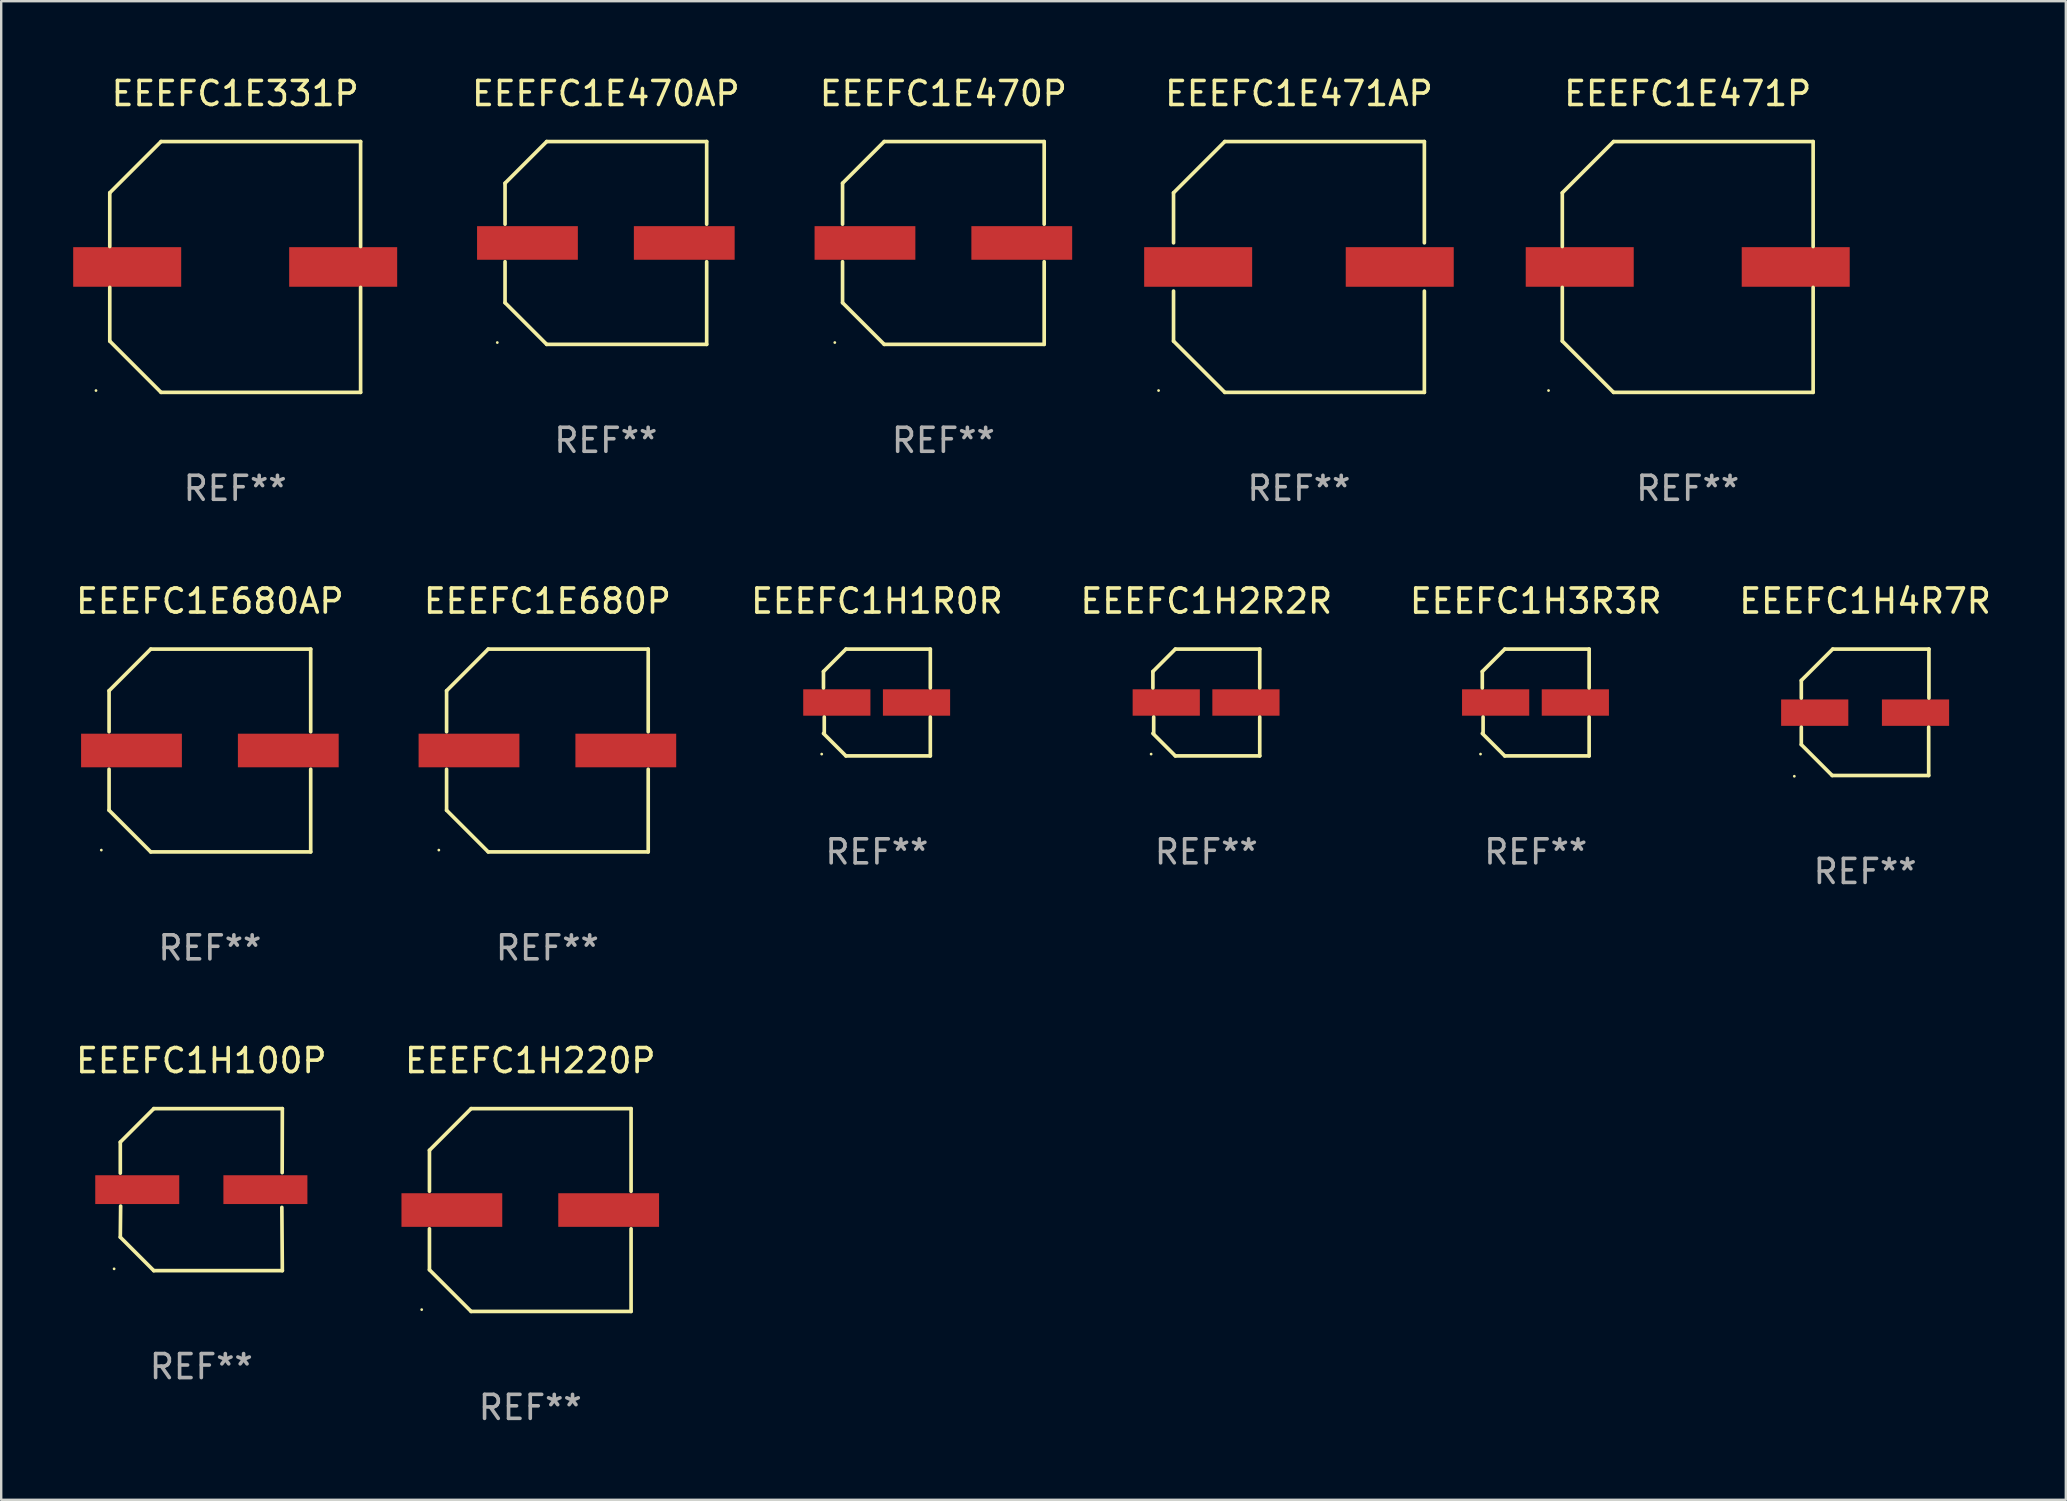
<source format=kicad_pcb>
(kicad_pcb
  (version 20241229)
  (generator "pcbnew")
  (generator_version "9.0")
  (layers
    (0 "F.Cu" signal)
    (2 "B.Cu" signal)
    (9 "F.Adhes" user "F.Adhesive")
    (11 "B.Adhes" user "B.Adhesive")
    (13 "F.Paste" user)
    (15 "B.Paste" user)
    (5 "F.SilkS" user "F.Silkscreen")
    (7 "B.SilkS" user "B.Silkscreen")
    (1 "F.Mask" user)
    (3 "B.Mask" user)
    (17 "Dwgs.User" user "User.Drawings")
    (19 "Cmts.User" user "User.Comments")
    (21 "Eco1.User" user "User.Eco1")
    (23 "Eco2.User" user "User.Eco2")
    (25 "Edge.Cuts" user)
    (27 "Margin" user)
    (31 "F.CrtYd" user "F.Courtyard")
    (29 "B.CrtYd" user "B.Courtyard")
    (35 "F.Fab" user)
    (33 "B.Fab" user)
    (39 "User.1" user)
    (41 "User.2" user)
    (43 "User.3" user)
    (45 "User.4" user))
  (footprint "EEEFC1E680AP"
    (layer "F.Cu")
    (at 5.696 28.223)
    (property "Reference" "EEEFC1E680AP" (at 0 -6.226 0) (layer "F.SilkS") (effects (font (size 1 1) (thickness 0.15))))
    (attr through_hole)
    (fp_line (start -4.201 -2.49) (end -4.201 -0.782) (stroke (width 0.152) (type solid)) (layer "F.SilkS"))
    (fp_line (start -4.201 2.49) (end -4.201 0.782) (stroke (width 0.152) (type solid)) (layer "F.SilkS"))
    (fp_line (start -2.465 -4.226) (end -4.201 -2.49) (stroke (width 0.152) (type solid)) (layer "F.SilkS"))
    (fp_line (start -2.465 4.226) (end -4.201 2.49) (stroke (width 0.152) (type solid)) (layer "F.SilkS"))
    (fp_line (start 4.201 -4.226) (end -2.465 -4.226) (stroke (width 0.152) (type solid)) (layer "F.SilkS"))
    (fp_line (start 4.201 -0.782) (end 4.201 -4.226) (stroke (width 0.152) (type solid)) (layer "F.SilkS"))
    (fp_line (start 4.201 0.782) (end 4.201 4.226) (stroke (width 0.152) (type solid)) (layer "F.SilkS"))
    (fp_line (start 4.201 4.226) (end -2.465 4.226) (stroke (width 0.152) (type solid)) (layer "F.SilkS"))
    (fp_circle (center -4.524 4.15) (end -4.494 4.15) (stroke (width 0.06) (type solid)) (fill no) (layer "F.SilkS"))
    (fp_text user "REF**" (at 0 8.226 0) (layer "F.Fab") (effects (font (size 1 1) (thickness 0.15))))
    (pad "1" smd rect (at -3.267 0) (size 4.2 1.4) (layers "F.Cu" "F.Mask" "F.Paste"))
    (pad "2" smd rect (at 3.267 0) (size 4.2 1.4) (layers "F.Cu" "F.Mask" "F.Paste")))
  (footprint "EEEFC1H1R0R"
    (layer "F.Cu")
    (at 33.49 26.223)
    (property "Reference" "EEEFC1H1R0R" (at 0 -4.226 0) (layer "F.SilkS") (effects (font (size 1 1) (thickness 0.15))))
    (attr through_hole)
    (fp_line (start -2.226 -1.29) (end -2.226 -0.607) (stroke (width 0.152) (type solid)) (layer "F.SilkS"))
    (fp_line (start -2.193 1.29) (end -2.193 0.607) (stroke (width 0.152) (type solid)) (layer "F.SilkS"))
    (fp_line (start -1.29 2.226) (end -2.226 1.29) (stroke (width 0.152) (type solid)) (layer "F.SilkS"))
    (fp_line (start -1.29 -2.226) (end -2.226 -1.29) (stroke (width 0.152) (type solid)) (layer "F.SilkS"))
    (fp_line (start 2.226 -2.226) (end -1.29 -2.226) (stroke (width 0.152) (type solid)) (layer "F.SilkS"))
    (fp_line (start 2.226 -0.607) (end 2.226 -2.226) (stroke (width 0.152) (type solid)) (layer "F.SilkS"))
    (fp_line (start 2.226 0.607) (end 2.226 2.226) (stroke (width 0.152) (type solid)) (layer "F.SilkS"))
    (fp_line (start 2.226 2.226) (end -1.29 2.226) (stroke (width 0.152) (type solid)) (layer "F.SilkS"))
    (fp_circle (center -2.3 2.15) (end -2.27 2.15) (stroke (width 0.06) (type solid)) (fill no) (layer "F.SilkS"))
    (fp_text user "REF**" (at 0 6.226 0) (layer "F.Fab") (effects (font (size 1 1) (thickness 0.15))))
    (pad "1" smd rect (at -1.67 -0.000025) (size 2.8 1.1) (layers "F.Cu" "F.Mask" "F.Paste"))
    (pad "2" smd rect (at 1.651 -0.000025) (size 2.8 1.1) (layers "F.Cu" "F.Mask" "F.Paste")))
  (footprint "EEEFC1E470P"
    (layer "F.Cu")
    (at 36.26 7.074)
    (property "Reference" "EEEFC1E470P" (at 0 -6.226 0) (layer "F.SilkS") (effects (font (size 1 1) (thickness 0.15))))
    (attr through_hole)
    (fp_line (start -4.201 -2.49) (end -4.201 -0.782) (stroke (width 0.152) (type solid)) (layer "F.SilkS"))
    (fp_line (start -4.201 2.49) (end -4.201 0.782) (stroke (width 0.152) (type solid)) (layer "F.SilkS"))
    (fp_line (start -2.465 -4.226) (end -4.201 -2.49) (stroke (width 0.152) (type solid)) (layer "F.SilkS"))
    (fp_line (start -2.465 4.226) (end -4.201 2.49) (stroke (width 0.152) (type solid)) (layer "F.SilkS"))
    (fp_line (start 4.201 -4.226) (end -2.465 -4.226) (stroke (width 0.152) (type solid)) (layer "F.SilkS"))
    (fp_line (start 4.201 -0.782) (end 4.201 -4.226) (stroke (width 0.152) (type solid)) (layer "F.SilkS"))
    (fp_line (start 4.201 0.782) (end 4.201 4.226) (stroke (width 0.152) (type solid)) (layer "F.SilkS"))
    (fp_line (start 4.201 4.226) (end -2.465 4.226) (stroke (width 0.152) (type solid)) (layer "F.SilkS"))
    (fp_circle (center -4.524 4.15) (end -4.494 4.15) (stroke (width 0.06) (type solid)) (fill no) (layer "F.SilkS"))
    (fp_text user "REF**" (at 0 8.226 0) (layer "F.Fab") (effects (font (size 1 1) (thickness 0.15))))
    (pad "1" smd rect (at -3.267 0) (size 4.2 1.4) (layers "F.Cu" "F.Mask" "F.Paste"))
    (pad "2" smd rect (at 3.267 0) (size 4.2 1.4) (layers "F.Cu" "F.Mask" "F.Paste")))
  (footprint "EEEFC1H100P"
    (layer "F.Cu")
    (at 5.339 46.522)
    (property "Reference" "EEEFC1H100P" (at 0 -5.376 0) (layer "F.SilkS") (effects (font (size 1 1) (thickness 0.15))))
    (attr through_hole)
    (fp_line (start -3.376 -1.98) (end -3.376 -0.686) (stroke (width 0.152) (type solid)) (layer "F.SilkS"))
    (fp_line (start -3.376 1.981) (end -3.362 0.686) (stroke (width 0.152) (type solid)) (layer "F.SilkS"))
    (fp_line (start -1.981 3.376) (end -3.376 1.981) (stroke (width 0.152) (type solid)) (layer "F.SilkS"))
    (fp_line (start -1.98 -3.376) (end -3.376 -1.98) (stroke (width 0.152) (type solid)) (layer "F.SilkS"))
    (fp_line (start 3.356 0.74) (end 3.376 3.376) (stroke (width 0.152) (type solid)) (layer "F.SilkS"))
    (fp_line (start 3.369 -0.707) (end 3.376 -3.376) (stroke (width 0.152) (type solid)) (layer "F.SilkS"))
    (fp_line (start 3.376 3.376) (end -1.981 3.376) (stroke (width 0.152) (type solid)) (layer "F.SilkS"))
    (fp_line (start 3.376 -3.376) (end -1.98 -3.376) (stroke (width 0.152) (type solid)) (layer "F.SilkS"))
    (fp_circle (center -3.634 3.3) (end -3.604 3.3) (stroke (width 0.06) (type solid)) (fill no) (layer "F.SilkS"))
    (fp_text user "REF**" (at 0 7.376 0) (layer "F.Fab") (effects (font (size 1 1) (thickness 0.15))))
    (pad "1" smd rect (at -2.67 0.000254) (size 3.5 1.2) (layers "F.Cu" "F.Mask" "F.Paste"))
    (pad "2" smd rect (at 2.67 0.000254) (size 3.5 1.2) (layers "F.Cu" "F.Mask" "F.Paste")))
  (footprint "EEEFC1H4R7R"
    (layer "F.Cu")
    (at 74.669 26.631)
    (property "Reference" "EEEFC1H4R7R" (at 0 -4.634 0) (layer "F.SilkS") (effects (font (size 1 1) (thickness 0.15))))
    (attr through_hole)
    (fp_line (start -2.659 -1.326) (end -2.659 -0.592) (stroke (width 0.152) (type solid)) (layer "F.SilkS"))
    (fp_line (start -2.659 1.346) (end -2.659 0.622) (stroke (width 0.152) (type solid)) (layer "F.SilkS"))
    (fp_line (start -1.372 2.634) (end -2.659 1.346) (stroke (width 0.152) (type solid)) (layer "F.SilkS"))
    (fp_line (start -1.349 -2.634) (end -2.659 -1.326) (stroke (width 0.152) (type solid)) (layer "F.SilkS"))
    (fp_line (start 2.649 0.622) (end 2.649 2.634) (stroke (width 0.152) (type solid)) (layer "F.SilkS"))
    (fp_line (start 2.649 2.634) (end -1.372 2.634) (stroke (width 0.152) (type solid)) (layer "F.SilkS"))
    (fp_line (start 2.659 -2.634) (end -1.349 -2.634) (stroke (width 0.152) (type solid)) (layer "F.SilkS"))
    (fp_line (start 2.659 -0.592) (end 2.659 -2.634) (stroke (width 0.152) (type solid)) (layer "F.SilkS"))
    (fp_circle (center -2.95 2.665) (end -2.92 2.665) (stroke (width 0.06) (type solid)) (fill no) (layer "F.SilkS"))
    (fp_text user "REF**" (at 0 6.634 0) (layer "F.Fab") (effects (font (size 1 1) (thickness 0.15))))
    (pad "1" smd rect (at -2.1 0.015) (size 2.8 1.1) (layers "F.Cu" "F.Mask" "F.Paste"))
    (pad "2" smd rect (at 2.1 0.015) (size 2.8 1.1) (layers "F.Cu" "F.Mask" "F.Paste")))
  (footprint "EEEFC1H2R2R"
    (layer "F.Cu")
    (at 47.217 26.223)
    (property "Reference" "EEEFC1H2R2R" (at 0 -4.226 0) (layer "F.SilkS") (effects (font (size 1 1) (thickness 0.15))))
    (attr through_hole)
    (fp_line (start -2.226 -1.29) (end -2.226 -0.607) (stroke (width 0.152) (type solid)) (layer "F.SilkS"))
    (fp_line (start -2.193 1.29) (end -2.193 0.607) (stroke (width 0.152) (type solid)) (layer "F.SilkS"))
    (fp_line (start -1.29 2.226) (end -2.226 1.29) (stroke (width 0.152) (type solid)) (layer "F.SilkS"))
    (fp_line (start -1.29 -2.226) (end -2.226 -1.29) (stroke (width 0.152) (type solid)) (layer "F.SilkS"))
    (fp_line (start 2.226 -2.226) (end -1.29 -2.226) (stroke (width 0.152) (type solid)) (layer "F.SilkS"))
    (fp_line (start 2.226 -0.607) (end 2.226 -2.226) (stroke (width 0.152) (type solid)) (layer "F.SilkS"))
    (fp_line (start 2.226 0.607) (end 2.226 2.226) (stroke (width 0.152) (type solid)) (layer "F.SilkS"))
    (fp_line (start 2.226 2.226) (end -1.29 2.226) (stroke (width 0.152) (type solid)) (layer "F.SilkS"))
    (fp_circle (center -2.3 2.15) (end -2.27 2.15) (stroke (width 0.06) (type solid)) (fill no) (layer "F.SilkS"))
    (fp_text user "REF**" (at 0 6.226 0) (layer "F.Fab") (effects (font (size 1 1) (thickness 0.15))))
    (pad "1" smd rect (at -1.67 -0.000025) (size 2.8 1.1) (layers "F.Cu" "F.Mask" "F.Paste"))
    (pad "2" smd rect (at 1.651 -0.000025) (size 2.8 1.1) (layers "F.Cu" "F.Mask" "F.Paste")))
  (footprint "EEEFC1E471P"
    (layer "F.Cu")
    (at 67.277 8.074)
    (property "Reference" "EEEFC1E471P" (at 0 -7.226 0) (layer "F.SilkS") (effects (font (size 1 1) (thickness 0.15))))
    (attr through_hole)
    (fp_line (start -5.226 -3.09) (end -5.226 -0.852) (stroke (width 0.152) (type solid)) (layer "F.SilkS"))
    (fp_line (start -5.226 3.09) (end -5.226 0.852) (stroke (width 0.152) (type solid)) (layer "F.SilkS"))
    (fp_line (start -3.09 -5.226) (end -5.226 -3.09) (stroke (width 0.152) (type solid)) (layer "F.SilkS"))
    (fp_line (start -3.09 5.226) (end -5.226 3.09) (stroke (width 0.152) (type solid)) (layer "F.SilkS"))
    (fp_line (start 5.226 -5.226) (end -3.09 -5.226) (stroke (width 0.152) (type solid)) (layer "F.SilkS"))
    (fp_line (start 5.226 -0.852) (end 5.226 -5.226) (stroke (width 0.152) (type solid)) (layer "F.SilkS"))
    (fp_line (start 5.226 0.852) (end 5.226 5.226) (stroke (width 0.152) (type solid)) (layer "F.SilkS"))
    (fp_line (start 5.226 5.226) (end -3.09 5.226) (stroke (width 0.152) (type solid)) (layer "F.SilkS"))
    (fp_circle (center -5.8 5.15) (end -5.77 5.15) (stroke (width 0.06) (type solid)) (fill no) (layer "F.SilkS"))
    (fp_text user "REF**" (at 0 9.226 0) (layer "F.Fab") (effects (font (size 1 1) (thickness 0.15))))
    (pad "1" smd rect (at -4.5 0) (size 4.5 1.65) (layers "F.Cu" "F.Mask" "F.Paste"))
    (pad "2" smd rect (at 4.5 0) (size 4.5 1.65) (layers "F.Cu" "F.Mask" "F.Paste")))
  (footprint "EEEFC1H3R3R"
    (layer "F.Cu")
    (at 60.943 26.223)
    (property "Reference" "EEEFC1H3R3R" (at 0 -4.226 0) (layer "F.SilkS") (effects (font (size 1 1) (thickness 0.15))))
    (attr through_hole)
    (fp_line (start -2.226 -1.29) (end -2.226 -0.607) (stroke (width 0.152) (type solid)) (layer "F.SilkS"))
    (fp_line (start -2.193 1.29) (end -2.193 0.607) (stroke (width 0.152) (type solid)) (layer "F.SilkS"))
    (fp_line (start -1.29 2.226) (end -2.226 1.29) (stroke (width 0.152) (type solid)) (layer "F.SilkS"))
    (fp_line (start -1.29 -2.226) (end -2.226 -1.29) (stroke (width 0.152) (type solid)) (layer "F.SilkS"))
    (fp_line (start 2.226 -2.226) (end -1.29 -2.226) (stroke (width 0.152) (type solid)) (layer "F.SilkS"))
    (fp_line (start 2.226 -0.607) (end 2.226 -2.226) (stroke (width 0.152) (type solid)) (layer "F.SilkS"))
    (fp_line (start 2.226 0.607) (end 2.226 2.226) (stroke (width 0.152) (type solid)) (layer "F.SilkS"))
    (fp_line (start 2.226 2.226) (end -1.29 2.226) (stroke (width 0.152) (type solid)) (layer "F.SilkS"))
    (fp_circle (center -2.3 2.15) (end -2.27 2.15) (stroke (width 0.06) (type solid)) (fill no) (layer "F.SilkS"))
    (fp_text user "REF**" (at 0 6.226 0) (layer "F.Fab") (effects (font (size 1 1) (thickness 0.15))))
    (pad "1" smd rect (at -1.67 -0.000025) (size 2.8 1.1) (layers "F.Cu" "F.Mask" "F.Paste"))
    (pad "2" smd rect (at 1.651 -0.000025) (size 2.8 1.1) (layers "F.Cu" "F.Mask" "F.Paste")))
  (footprint "EEEFC1E331P"
    (layer "F.Cu")
    (at 6.75 8.074)
    (property "Reference" "EEEFC1E331P" (at 0 -7.226 0) (layer "F.SilkS") (effects (font (size 1 1) (thickness 0.15))))
    (attr through_hole)
    (fp_line (start -5.226 -3.09) (end -5.226 -0.852) (stroke (width 0.152) (type solid)) (layer "F.SilkS"))
    (fp_line (start -5.226 3.09) (end -5.226 0.852) (stroke (width 0.152) (type solid)) (layer "F.SilkS"))
    (fp_line (start -3.09 -5.226) (end -5.226 -3.09) (stroke (width 0.152) (type solid)) (layer "F.SilkS"))
    (fp_line (start -3.09 5.226) (end -5.226 3.09) (stroke (width 0.152) (type solid)) (layer "F.SilkS"))
    (fp_line (start 5.226 -5.226) (end -3.09 -5.226) (stroke (width 0.152) (type solid)) (layer "F.SilkS"))
    (fp_line (start 5.226 -0.852) (end 5.226 -5.226) (stroke (width 0.152) (type solid)) (layer "F.SilkS"))
    (fp_line (start 5.226 0.852) (end 5.226 5.226) (stroke (width 0.152) (type solid)) (layer "F.SilkS"))
    (fp_line (start 5.226 5.226) (end -3.09 5.226) (stroke (width 0.152) (type solid)) (layer "F.SilkS"))
    (fp_circle (center -5.8 5.15) (end -5.77 5.15) (stroke (width 0.06) (type solid)) (fill no) (layer "F.SilkS"))
    (fp_text user "REF**" (at 0 9.226 0) (layer "F.Fab") (effects (font (size 1 1) (thickness 0.15))))
    (pad "1" smd rect (at -4.5 0) (size 4.5 1.65) (layers "F.Cu" "F.Mask" "F.Paste"))
    (pad "2" smd rect (at 4.5 0) (size 4.5 1.65) (layers "F.Cu" "F.Mask" "F.Paste")))
  (footprint "EEEFC1E471AP"
    (layer "F.Cu")
    (at 51.077 8.074)
    (property "Reference" "EEEFC1E471AP" (at 0 -7.226 0) (layer "F.SilkS") (effects (font (size 1 1) (thickness 0.15))))
    (attr through_hole)
    (fp_line (start -5.226 -3.09) (end -5.226 -1.005) (stroke (width 0.152) (type solid)) (layer "F.SilkS"))
    (fp_line (start -5.226 1.005) (end -5.226 3.09) (stroke (width 0.152) (type solid)) (layer "F.SilkS"))
    (fp_line (start -3.09 -5.226) (end -5.226 -3.09) (stroke (width 0.152) (type solid)) (layer "F.SilkS"))
    (fp_line (start -3.09 5.226) (end -5.226 3.09) (stroke (width 0.152) (type solid)) (layer "F.SilkS"))
    (fp_line (start 5.226 -5.226) (end -3.09 -5.226) (stroke (width 0.152) (type solid)) (layer "F.SilkS"))
    (fp_line (start 5.226 -5.226) (end 5.226 -1.005) (stroke (width 0.152) (type solid)) (layer "F.SilkS"))
    (fp_line (start 5.226 1.005) (end 5.226 5.226) (stroke (width 0.152) (type solid)) (layer "F.SilkS"))
    (fp_line (start 5.226 5.226) (end -3.09 5.226) (stroke (width 0.152) (type solid)) (layer "F.SilkS"))
    (fp_circle (center -5.85 5.15) (end -5.82 5.15) (stroke (width 0.06) (type solid)) (fill no) (layer "F.SilkS"))
    (fp_text user "REF**" (at 0 9.226 0) (layer "F.Fab") (effects (font (size 1 1) (thickness 0.15))))
    (pad "1" smd rect (at -4.2 0.000292) (size 4.5 1.65) (layers "F.Cu" "F.Mask" "F.Paste"))
    (pad "2" smd rect (at 4.2 0.000292) (size 4.5 1.65) (layers "F.Cu" "F.Mask" "F.Paste")))
  (footprint "EEEFC1H220P"
    (layer "F.Cu")
    (at 19.046 47.372)
    (property "Reference" "EEEFC1H220P" (at 0 -6.226 0) (layer "F.SilkS") (effects (font (size 1 1) (thickness 0.15))))
    (attr through_hole)
    (fp_line (start -4.201 -2.49) (end -4.201 -0.782) (stroke (width 0.152) (type solid)) (layer "F.SilkS"))
    (fp_line (start -4.201 2.49) (end -4.201 0.782) (stroke (width 0.152) (type solid)) (layer "F.SilkS"))
    (fp_line (start -2.465 -4.226) (end -4.201 -2.49) (stroke (width 0.152) (type solid)) (layer "F.SilkS"))
    (fp_line (start -2.465 4.226) (end -4.201 2.49) (stroke (width 0.152) (type solid)) (layer "F.SilkS"))
    (fp_line (start 4.201 -4.226) (end -2.465 -4.226) (stroke (width 0.152) (type solid)) (layer "F.SilkS"))
    (fp_line (start 4.201 -0.782) (end 4.201 -4.226) (stroke (width 0.152) (type solid)) (layer "F.SilkS"))
    (fp_line (start 4.201 0.782) (end 4.201 4.226) (stroke (width 0.152) (type solid)) (layer "F.SilkS"))
    (fp_line (start 4.201 4.226) (end -2.465 4.226) (stroke (width 0.152) (type solid)) (layer "F.SilkS"))
    (fp_circle (center -4.524 4.15) (end -4.494 4.15) (stroke (width 0.06) (type solid)) (fill no) (layer "F.SilkS"))
    (fp_text user "REF**" (at 0 8.226 0) (layer "F.Fab") (effects (font (size 1 1) (thickness 0.15))))
    (pad "1" smd rect (at -3.267 0) (size 4.2 1.4) (layers "F.Cu" "F.Mask" "F.Paste"))
    (pad "2" smd rect (at 3.267 0) (size 4.2 1.4) (layers "F.Cu" "F.Mask" "F.Paste")))
  (footprint "EEEFC1E680P"
    (layer "F.Cu")
    (at 19.76 28.223)
    (property "Reference" "EEEFC1E680P" (at 0 -6.226 0) (layer "F.SilkS") (effects (font (size 1 1) (thickness 0.15))))
    (attr through_hole)
    (fp_line (start -4.201 -2.49) (end -4.201 -0.782) (stroke (width 0.152) (type solid)) (layer "F.SilkS"))
    (fp_line (start -4.201 2.49) (end -4.201 0.782) (stroke (width 0.152) (type solid)) (layer "F.SilkS"))
    (fp_line (start -2.465 -4.226) (end -4.201 -2.49) (stroke (width 0.152) (type solid)) (layer "F.SilkS"))
    (fp_line (start -2.465 4.226) (end -4.201 2.49) (stroke (width 0.152) (type solid)) (layer "F.SilkS"))
    (fp_line (start 4.201 -4.226) (end -2.465 -4.226) (stroke (width 0.152) (type solid)) (layer "F.SilkS"))
    (fp_line (start 4.201 -0.782) (end 4.201 -4.226) (stroke (width 0.152) (type solid)) (layer "F.SilkS"))
    (fp_line (start 4.201 0.782) (end 4.201 4.226) (stroke (width 0.152) (type solid)) (layer "F.SilkS"))
    (fp_line (start 4.201 4.226) (end -2.465 4.226) (stroke (width 0.152) (type solid)) (layer "F.SilkS"))
    (fp_circle (center -4.524 4.15) (end -4.494 4.15) (stroke (width 0.06) (type solid)) (fill no) (layer "F.SilkS"))
    (fp_text user "REF**" (at 0 8.226 0) (layer "F.Fab") (effects (font (size 1 1) (thickness 0.15))))
    (pad "1" smd rect (at -3.267 0) (size 4.2 1.4) (layers "F.Cu" "F.Mask" "F.Paste"))
    (pad "2" smd rect (at 3.267 0) (size 4.2 1.4) (layers "F.Cu" "F.Mask" "F.Paste")))
  (footprint "EEEFC1E470AP"
    (layer "F.Cu")
    (at 22.196 7.074)
    (property "Reference" "EEEFC1E470AP" (at 0 -6.226 0) (layer "F.SilkS") (effects (font (size 1 1) (thickness 0.15))))
    (attr through_hole)
    (fp_line (start -4.201 -2.49) (end -4.201 -0.782) (stroke (width 0.152) (type solid)) (layer "F.SilkS"))
    (fp_line (start -4.201 2.49) (end -4.201 0.782) (stroke (width 0.152) (type solid)) (layer "F.SilkS"))
    (fp_line (start -2.465 -4.226) (end -4.201 -2.49) (stroke (width 0.152) (type solid)) (layer "F.SilkS"))
    (fp_line (start -2.465 4.226) (end -4.201 2.49) (stroke (width 0.152) (type solid)) (layer "F.SilkS"))
    (fp_line (start 4.201 -4.226) (end -2.465 -4.226) (stroke (width 0.152) (type solid)) (layer "F.SilkS"))
    (fp_line (start 4.201 -0.782) (end 4.201 -4.226) (stroke (width 0.152) (type solid)) (layer "F.SilkS"))
    (fp_line (start 4.201 0.782) (end 4.201 4.226) (stroke (width 0.152) (type solid)) (layer "F.SilkS"))
    (fp_line (start 4.201 4.226) (end -2.465 4.226) (stroke (width 0.152) (type solid)) (layer "F.SilkS"))
    (fp_circle (center -4.524 4.15) (end -4.494 4.15) (stroke (width 0.06) (type solid)) (fill no) (layer "F.SilkS"))
    (fp_text user "REF**" (at 0 8.226 0) (layer "F.Fab") (effects (font (size 1 1) (thickness 0.15))))
    (pad "1" smd rect (at -3.267 0) (size 4.2 1.4) (layers "F.Cu" "F.Mask" "F.Paste"))
    (pad "2" smd rect (at 3.267 0) (size 4.2 1.4) (layers "F.Cu" "F.Mask" "F.Paste")))
  (gr_rect
    (start -3 -3)
    (end 83.032 59.447)
    (stroke (width 0.1) (type default))
    (fill no)
    (layer "Edge.Cuts")))
</source>
